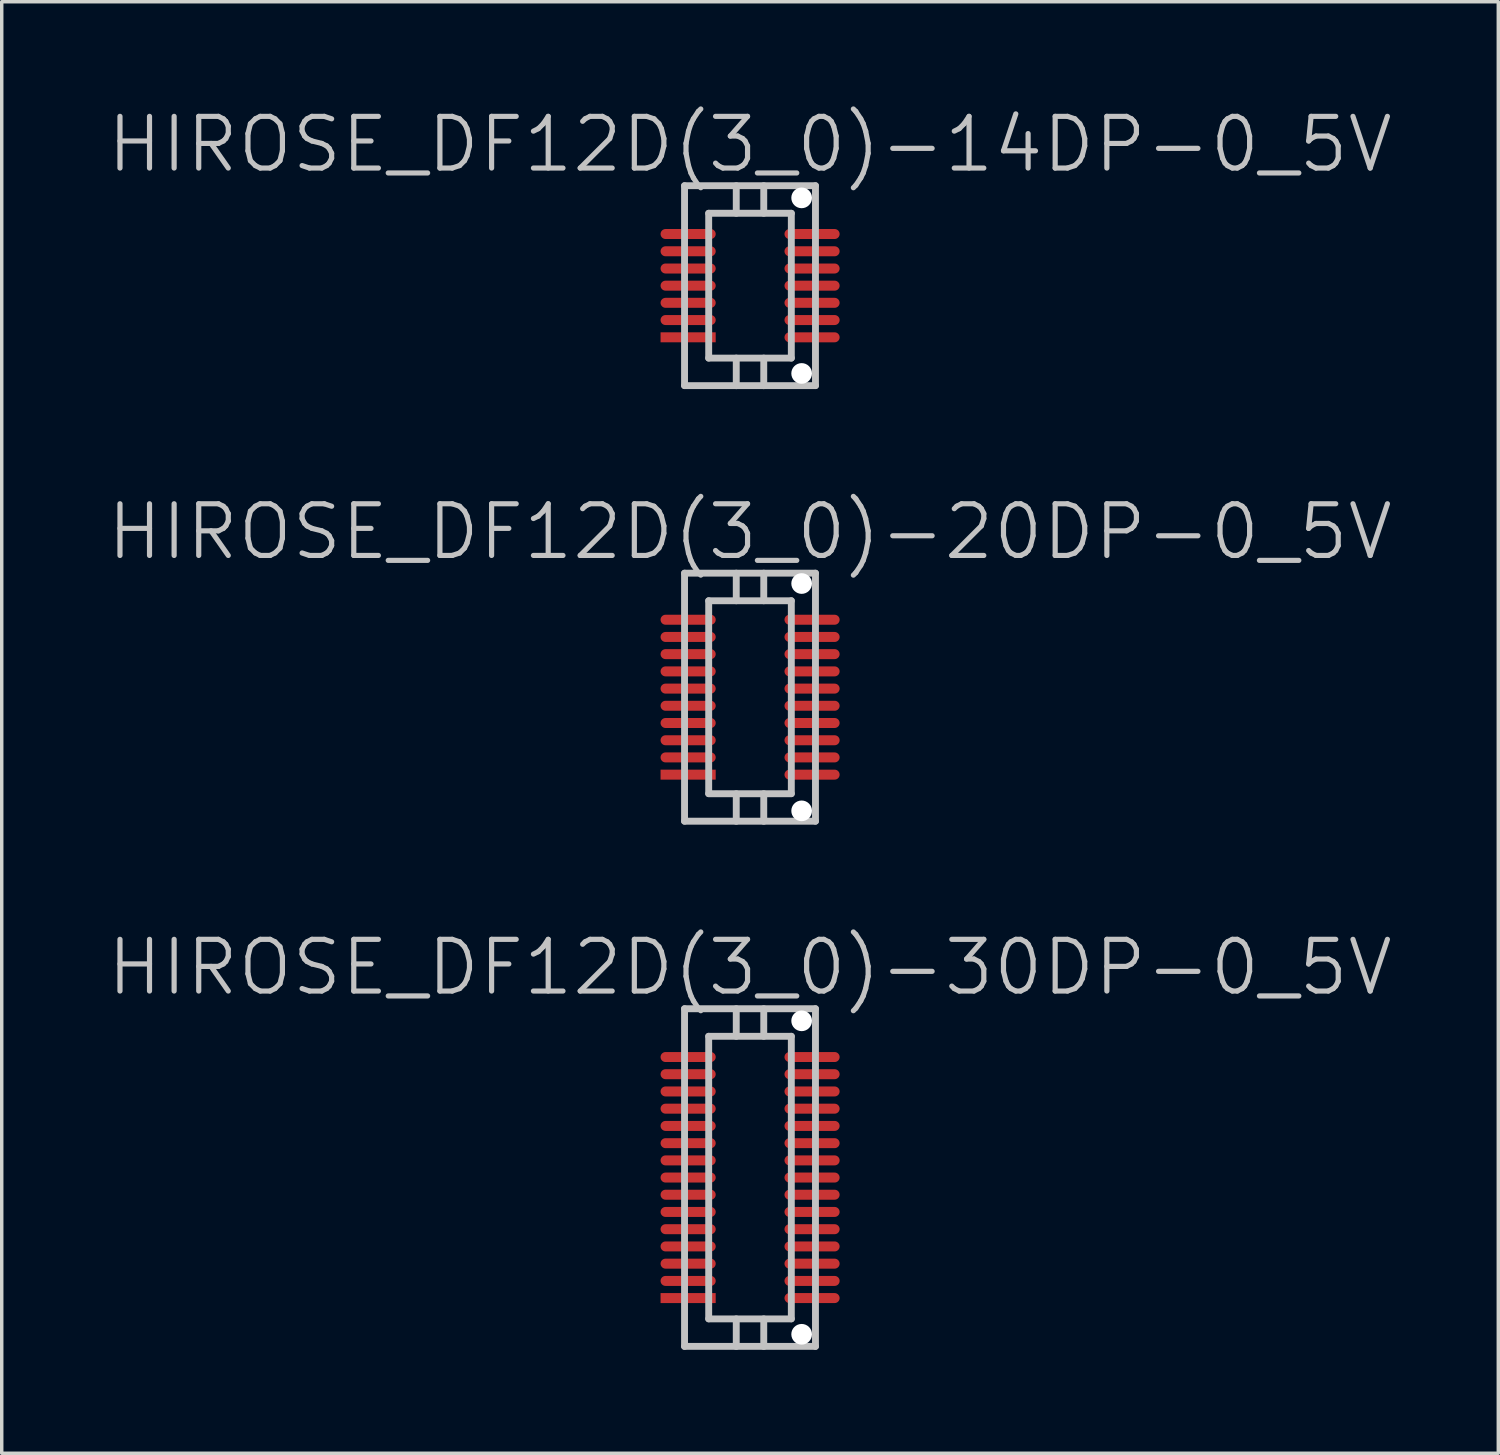
<source format=kicad_pcb>
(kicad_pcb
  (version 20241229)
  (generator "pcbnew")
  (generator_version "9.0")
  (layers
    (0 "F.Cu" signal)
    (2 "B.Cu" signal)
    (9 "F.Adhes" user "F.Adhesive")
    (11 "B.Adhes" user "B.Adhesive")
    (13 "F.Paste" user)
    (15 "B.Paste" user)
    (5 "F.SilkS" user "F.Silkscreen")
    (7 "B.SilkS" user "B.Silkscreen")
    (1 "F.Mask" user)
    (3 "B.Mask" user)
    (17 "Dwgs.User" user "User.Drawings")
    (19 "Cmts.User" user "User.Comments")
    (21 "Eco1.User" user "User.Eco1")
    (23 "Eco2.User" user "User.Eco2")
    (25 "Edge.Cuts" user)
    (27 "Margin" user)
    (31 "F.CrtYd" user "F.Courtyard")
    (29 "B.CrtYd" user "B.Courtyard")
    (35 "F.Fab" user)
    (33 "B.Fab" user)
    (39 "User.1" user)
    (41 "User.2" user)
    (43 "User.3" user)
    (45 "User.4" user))
  (footprint "HIROSE_DF12D(3_0)-20DP-0_5V"
    (layer "F.Cu")
    (at 18.718 17.185)
    (property "Reference" "HIROSE_DF12D(3_0)-20DP-0_5V" (at 0 -4.8 180) (layer "Dwgs.User") (effects (font (size 1.5 1.5) (thickness 0.15))))
    (attr smd)
    (fp_line (start -1.9 3.599) (end -1.9 -3.599) (stroke (width 0.2) (type solid)) (layer "Dwgs.User"))
    (fp_line (start -1.9 3.599) (end 1.9 3.599) (stroke (width 0.2) (type solid)) (layer "Dwgs.User"))
    (fp_line (start -1.199 -2.799) (end -1.199 2.799) (stroke (width 0.2) (type solid)) (layer "Dwgs.User"))
    (fp_line (start -1.199 -2.799) (end 1.199 -2.799) (stroke (width 0.2) (type solid)) (layer "Dwgs.User"))
    (fp_line (start -0.399 -2.799) (end -0.399 -3.599) (stroke (width 0.2) (type solid)) (layer "Dwgs.User"))
    (fp_line (start -0.399 3.602) (end -0.399 2.802) (stroke (width 0.2) (type solid)) (layer "Dwgs.User"))
    (fp_line (start 0.399 -2.799) (end 0.399 -3.599) (stroke (width 0.2) (type solid)) (layer "Dwgs.User"))
    (fp_line (start 0.399 2.802) (end 0.399 3.602) (stroke (width 0.2) (type solid)) (layer "Dwgs.User"))
    (fp_line (start 1.199 2.799) (end 1.199 -2.799) (stroke (width 0.2) (type solid)) (layer "Dwgs.User"))
    (fp_line (start 1.199 2.802) (end -1.199 2.802) (stroke (width 0.2) (type solid)) (layer "Dwgs.User"))
    (fp_line (start 1.9 -3.599) (end -1.9 -3.599) (stroke (width 0.2) (type solid)) (layer "Dwgs.User"))
    (fp_line (start 1.9 -3.599) (end 1.9 3.599) (stroke (width 0.2) (type solid)) (layer "Dwgs.User"))
    (pad "" np_thru_hole circle (at 1.499 -3.299 270) (size 0.6 0.6) (drill 0.6) (layers "*.Cu" "*.Mask"))
    (pad "" np_thru_hole circle (at 1.499 3.299 270) (size 0.6 0.6) (drill 0.6) (layers "*.Cu" "*.Mask"))
    (pad "1" smd rect (at -1.796 2.248 270) (size 0.29 1.6) (layers "F.Cu" "F.Mask" "F.Paste"))
    (pad "2" smd oval (at -1.796 1.748 270) (size 0.29 1.6) (layers "F.Cu" "F.Mask" "F.Paste"))
    (pad "3" smd oval (at -1.796 1.25 270) (size 0.29 1.6) (layers "F.Cu" "F.Mask" "F.Paste"))
    (pad "4" smd oval (at -1.796 0.749 270) (size 0.29 1.6) (layers "F.Cu" "F.Mask" "F.Paste"))
    (pad "5" smd oval (at -1.796 0.249 270) (size 0.29 1.6) (layers "F.Cu" "F.Mask" "F.Paste"))
    (pad "6" smd oval (at -1.796 -0.249 270) (size 0.29 1.6) (layers "F.Cu" "F.Mask" "F.Paste"))
    (pad "7" smd oval (at -1.796 -0.749 270) (size 0.29 1.6) (layers "F.Cu" "F.Mask" "F.Paste"))
    (pad "8" smd oval (at -1.796 -1.25 270) (size 0.29 1.6) (layers "F.Cu" "F.Mask" "F.Paste"))
    (pad "9" smd oval (at -1.796 -1.748 270) (size 0.29 1.6) (layers "F.Cu" "F.Mask" "F.Paste"))
    (pad "10" smd oval (at -1.796 -2.248 270) (size 0.29 1.6) (layers "F.Cu" "F.Mask" "F.Paste"))
    (pad "11" smd oval (at 1.801 -2.248 270) (size 0.29 1.6) (layers "F.Cu" "F.Mask" "F.Paste"))
    (pad "12" smd oval (at 1.801 -1.748 270) (size 0.29 1.6) (layers "F.Cu" "F.Mask" "F.Paste"))
    (pad "13" smd oval (at 1.801 -1.25 270) (size 0.29 1.6) (layers "F.Cu" "F.Mask" "F.Paste"))
    (pad "14" smd oval (at 1.801 -0.749 270) (size 0.29 1.6) (layers "F.Cu" "F.Mask" "F.Paste"))
    (pad "15" smd oval (at 1.801 -0.249 270) (size 0.29 1.6) (layers "F.Cu" "F.Mask" "F.Paste"))
    (pad "16" smd oval (at 1.801 0.249 270) (size 0.29 1.6) (layers "F.Cu" "F.Mask" "F.Paste"))
    (pad "17" smd oval (at 1.801 0.749 270) (size 0.29 1.6) (layers "F.Cu" "F.Mask" "F.Paste"))
    (pad "18" smd oval (at 1.801 1.25 270) (size 0.29 1.6) (layers "F.Cu" "F.Mask" "F.Paste"))
    (pad "19" smd oval (at 1.801 1.748 270) (size 0.29 1.6) (layers "F.Cu" "F.Mask" "F.Paste"))
    (pad "20" smd oval (at 1.801 2.248 270) (size 0.29 1.6) (layers "F.Cu" "F.Mask" "F.Paste")))
  (footprint "HIROSE_DF12D(3_0)-30DP-0_5V"
    (layer "F.Cu")
    (at 18.718 31.127)
    (property "Reference" "HIROSE_DF12D(3_0)-30DP-0_5V" (at 0 -6.1 180) (layer "Dwgs.User") (effects (font (size 1.5 1.5) (thickness 0.15))))
    (attr smd)
    (fp_line (start -1.9 4.9) (end -1.9 -4.9) (stroke (width 0.2) (type solid)) (layer "Dwgs.User"))
    (fp_line (start -1.9 4.9) (end 1.9 4.9) (stroke (width 0.2) (type solid)) (layer "Dwgs.User"))
    (fp_line (start -1.199 -4.1) (end -1.199 4.1) (stroke (width 0.2) (type solid)) (layer "Dwgs.User"))
    (fp_line (start -1.199 -4.1) (end 1.199 -4.1) (stroke (width 0.2) (type solid)) (layer "Dwgs.User"))
    (fp_line (start -0.399 -4.1) (end -0.399 -4.9) (stroke (width 0.2) (type solid)) (layer "Dwgs.User"))
    (fp_line (start -0.399 4.902) (end -0.399 4.102) (stroke (width 0.2) (type solid)) (layer "Dwgs.User"))
    (fp_line (start 0.399 -4.1) (end 0.399 -4.9) (stroke (width 0.2) (type solid)) (layer "Dwgs.User"))
    (fp_line (start 0.399 4.102) (end 0.399 4.902) (stroke (width 0.2) (type solid)) (layer "Dwgs.User"))
    (fp_line (start 1.199 4.1) (end 1.199 -4.1) (stroke (width 0.2) (type solid)) (layer "Dwgs.User"))
    (fp_line (start 1.199 4.102) (end -1.199 4.102) (stroke (width 0.2) (type solid)) (layer "Dwgs.User"))
    (fp_line (start 1.9 -4.9) (end -1.9 -4.9) (stroke (width 0.2) (type solid)) (layer "Dwgs.User"))
    (fp_line (start 1.9 -4.9) (end 1.9 4.9) (stroke (width 0.2) (type solid)) (layer "Dwgs.User"))
    (pad "" np_thru_hole circle (at 1.499 -4.549 270) (size 0.6 0.6) (drill 0.6) (layers "*.Cu" "*.Mask"))
    (pad "" np_thru_hole circle (at 1.499 4.549 270) (size 0.6 0.6) (drill 0.6) (layers "*.Cu" "*.Mask"))
    (pad "1" smd rect (at -1.796 3.498 270) (size 0.29 1.6) (layers "F.Cu" "F.Mask" "F.Paste"))
    (pad "2" smd oval (at -1.796 3 270) (size 0.29 1.6) (layers "F.Cu" "F.Mask" "F.Paste"))
    (pad "3" smd oval (at -1.796 2.499 270) (size 0.29 1.6) (layers "F.Cu" "F.Mask" "F.Paste"))
    (pad "4" smd oval (at -1.796 1.999 270) (size 0.29 1.6) (layers "F.Cu" "F.Mask" "F.Paste"))
    (pad "5" smd oval (at -1.796 1.499 270) (size 0.29 1.6) (layers "F.Cu" "F.Mask" "F.Paste"))
    (pad "6" smd oval (at -1.796 0.998 270) (size 0.29 1.6) (layers "F.Cu" "F.Mask" "F.Paste"))
    (pad "7" smd oval (at -1.796 0.498 270) (size 0.29 1.6) (layers "F.Cu" "F.Mask" "F.Paste"))
    (pad "8" smd oval (at -1.796 0 270) (size 0.29 1.6) (layers "F.Cu" "F.Mask" "F.Paste"))
    (pad "9" smd oval (at -1.796 -0.498 270) (size 0.29 1.6) (layers "F.Cu" "F.Mask" "F.Paste"))
    (pad "10" smd oval (at -1.796 -0.998 270) (size 0.29 1.6) (layers "F.Cu" "F.Mask" "F.Paste"))
    (pad "11" smd oval (at -1.796 -1.499 270) (size 0.29 1.6) (layers "F.Cu" "F.Mask" "F.Paste"))
    (pad "12" smd oval (at -1.796 -1.999 270) (size 0.29 1.6) (layers "F.Cu" "F.Mask" "F.Paste"))
    (pad "13" smd oval (at -1.796 -2.499 270) (size 0.29 1.6) (layers "F.Cu" "F.Mask" "F.Paste"))
    (pad "14" smd oval (at -1.796 -3 270) (size 0.29 1.6) (layers "F.Cu" "F.Mask" "F.Paste"))
    (pad "15" smd oval (at -1.796 -3.498 270) (size 0.29 1.6) (layers "F.Cu" "F.Mask" "F.Paste"))
    (pad "16" smd oval (at 1.801 -3.498 270) (size 0.29 1.6) (layers "F.Cu" "F.Mask" "F.Paste"))
    (pad "17" smd oval (at 1.801 -3 270) (size 0.29 1.6) (layers "F.Cu" "F.Mask" "F.Paste"))
    (pad "18" smd oval (at 1.801 -2.499 270) (size 0.29 1.6) (layers "F.Cu" "F.Mask" "F.Paste"))
    (pad "19" smd oval (at 1.801 -1.999 270) (size 0.29 1.6) (layers "F.Cu" "F.Mask" "F.Paste"))
    (pad "20" smd oval (at 1.801 -1.499 270) (size 0.29 1.6) (layers "F.Cu" "F.Mask" "F.Paste"))
    (pad "21" smd oval (at 1.801 -0.998 270) (size 0.29 1.6) (layers "F.Cu" "F.Mask" "F.Paste"))
    (pad "22" smd oval (at 1.801 -0.498 270) (size 0.29 1.6) (layers "F.Cu" "F.Mask" "F.Paste"))
    (pad "23" smd oval (at 1.801 0 270) (size 0.29 1.6) (layers "F.Cu" "F.Mask" "F.Paste"))
    (pad "24" smd oval (at 1.801 0.498 270) (size 0.29 1.6) (layers "F.Cu" "F.Mask" "F.Paste"))
    (pad "25" smd oval (at 1.801 0.998 270) (size 0.29 1.6) (layers "F.Cu" "F.Mask" "F.Paste"))
    (pad "26" smd oval (at 1.801 1.499 270) (size 0.29 1.6) (layers "F.Cu" "F.Mask" "F.Paste"))
    (pad "27" smd oval (at 1.801 1.999 270) (size 0.29 1.6) (layers "F.Cu" "F.Mask" "F.Paste"))
    (pad "28" smd oval (at 1.801 2.499 270) (size 0.29 1.6) (layers "F.Cu" "F.Mask" "F.Paste"))
    (pad "29" smd oval (at 1.801 3 270) (size 0.29 1.6) (layers "F.Cu" "F.Mask" "F.Paste"))
    (pad "30" smd oval (at 1.801 3.498 270) (size 0.29 1.6) (layers "F.Cu" "F.Mask" "F.Paste")))
  (footprint "HIROSE_DF12D(3_0)-14DP-0_5V"
    (layer "F.Cu")
    (at 18.718 5.241)
    (property "Reference" "HIROSE_DF12D(3_0)-14DP-0_5V" (at 0 -4.1 180) (layer "Dwgs.User") (effects (font (size 1.5 1.5) (thickness 0.15))))
    (attr smd)
    (fp_line (start -1.9 2.901) (end -1.9 -2.901) (stroke (width 0.2) (type solid)) (layer "Dwgs.User"))
    (fp_line (start -1.9 2.901) (end 1.9 2.901) (stroke (width 0.2) (type solid)) (layer "Dwgs.User"))
    (fp_line (start -1.199 -2.101) (end -1.199 2.101) (stroke (width 0.2) (type solid)) (layer "Dwgs.User"))
    (fp_line (start -1.199 -2.101) (end 1.199 -2.101) (stroke (width 0.2) (type solid)) (layer "Dwgs.User"))
    (fp_line (start -0.399 -2.101) (end -0.399 -2.901) (stroke (width 0.2) (type solid)) (layer "Dwgs.User"))
    (fp_line (start -0.399 2.903) (end -0.399 2.103) (stroke (width 0.2) (type solid)) (layer "Dwgs.User"))
    (fp_line (start 0.399 -2.101) (end 0.399 -2.901) (stroke (width 0.2) (type solid)) (layer "Dwgs.User"))
    (fp_line (start 0.399 2.103) (end 0.399 2.903) (stroke (width 0.2) (type solid)) (layer "Dwgs.User"))
    (fp_line (start 1.199 2.101) (end 1.199 -2.101) (stroke (width 0.2) (type solid)) (layer "Dwgs.User"))
    (fp_line (start 1.199 2.103) (end -1.199 2.103) (stroke (width 0.2) (type solid)) (layer "Dwgs.User"))
    (fp_line (start 1.9 -2.901) (end -1.9 -2.901) (stroke (width 0.2) (type solid)) (layer "Dwgs.User"))
    (fp_line (start 1.9 -2.901) (end 1.9 2.901) (stroke (width 0.2) (type solid)) (layer "Dwgs.User"))
    (pad "" np_thru_hole circle (at 1.499 -2.548 270) (size 0.6 0.6) (drill 0.6) (layers "*.Cu" "*.Mask"))
    (pad "" np_thru_hole circle (at 1.499 2.548 270) (size 0.6 0.6) (drill 0.6) (layers "*.Cu" "*.Mask"))
    (pad "1" smd rect (at -1.796 1.499 270) (size 0.29 1.6) (layers "F.Cu" "F.Mask" "F.Paste"))
    (pad "2" smd oval (at -1.796 0.998 270) (size 0.29 1.6) (layers "F.Cu" "F.Mask" "F.Paste"))
    (pad "3" smd oval (at -1.796 0.498 270) (size 0.29 1.6) (layers "F.Cu" "F.Mask" "F.Paste"))
    (pad "4" smd oval (at -1.796 0 270) (size 0.29 1.6) (layers "F.Cu" "F.Mask" "F.Paste"))
    (pad "5" smd oval (at -1.796 -0.498 270) (size 0.29 1.6) (layers "F.Cu" "F.Mask" "F.Paste"))
    (pad "6" smd oval (at -1.796 -0.998 270) (size 0.29 1.6) (layers "F.Cu" "F.Mask" "F.Paste"))
    (pad "7" smd oval (at -1.796 -1.499 270) (size 0.29 1.6) (layers "F.Cu" "F.Mask" "F.Paste"))
    (pad "8" smd oval (at 1.801 -1.499 270) (size 0.29 1.6) (layers "F.Cu" "F.Mask" "F.Paste"))
    (pad "9" smd oval (at 1.801 -0.998 270) (size 0.29 1.6) (layers "F.Cu" "F.Mask" "F.Paste"))
    (pad "10" smd oval (at 1.801 -0.498 270) (size 0.29 1.6) (layers "F.Cu" "F.Mask" "F.Paste"))
    (pad "11" smd oval (at 1.801 0 270) (size 0.29 1.6) (layers "F.Cu" "F.Mask" "F.Paste"))
    (pad "12" smd oval (at 1.801 0.498 270) (size 0.29 1.6) (layers "F.Cu" "F.Mask" "F.Paste"))
    (pad "13" smd oval (at 1.801 0.998 270) (size 0.29 1.6) (layers "F.Cu" "F.Mask" "F.Paste"))
    (pad "14" smd oval (at 1.801 1.499 270) (size 0.29 1.6) (layers "F.Cu" "F.Mask" "F.Paste")))
  (gr_rect
    (start -3 -3)
    (end 40.436 39.129)
    (stroke (width 0.1) (type default))
    (fill no)
    (layer "Edge.Cuts")))
</source>
